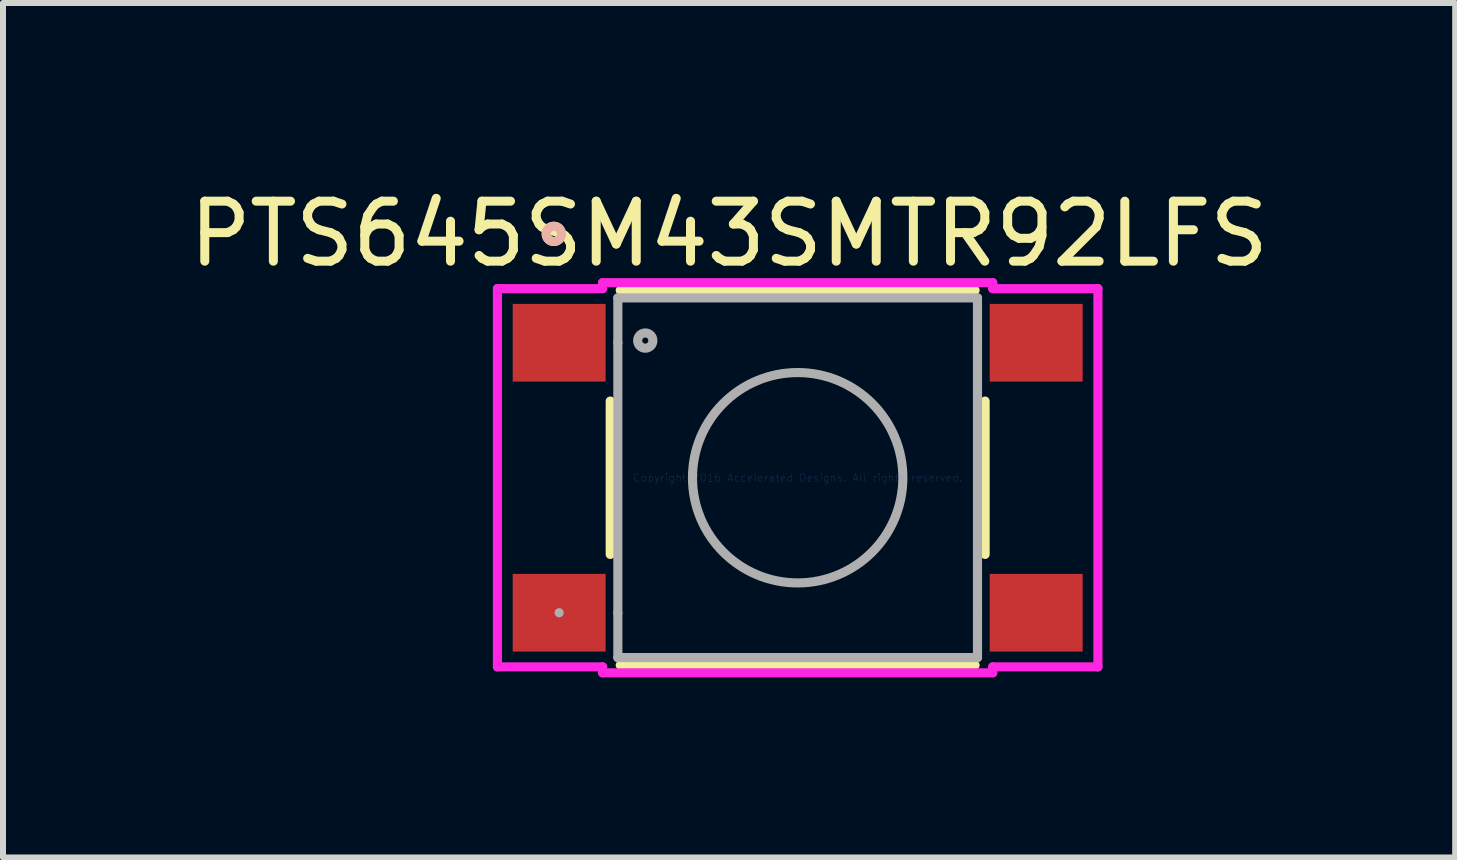
<source format=kicad_pcb>
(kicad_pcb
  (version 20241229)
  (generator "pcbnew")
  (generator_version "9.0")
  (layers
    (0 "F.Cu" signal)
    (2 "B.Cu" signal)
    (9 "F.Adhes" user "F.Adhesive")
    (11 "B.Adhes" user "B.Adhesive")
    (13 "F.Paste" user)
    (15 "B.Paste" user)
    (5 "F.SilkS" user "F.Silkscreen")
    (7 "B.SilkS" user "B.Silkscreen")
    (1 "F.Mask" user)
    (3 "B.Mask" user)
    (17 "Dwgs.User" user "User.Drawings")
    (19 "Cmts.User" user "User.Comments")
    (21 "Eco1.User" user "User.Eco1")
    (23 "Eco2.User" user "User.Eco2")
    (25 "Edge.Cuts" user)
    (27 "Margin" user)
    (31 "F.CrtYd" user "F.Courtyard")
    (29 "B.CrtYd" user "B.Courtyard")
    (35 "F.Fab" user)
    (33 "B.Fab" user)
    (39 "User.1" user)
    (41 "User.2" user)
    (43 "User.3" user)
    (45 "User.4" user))
  (footprint "PTS645SM43SMTR92LFS"
    (layer "F.Cu")
    (at 10.244 4.912)
    (property "Reference" "PTS645SM43SMTR92LFS" (at -1.143 -4.064 0) (layer "F.SilkS") (effects (font (size 1 1) (thickness 0.15))))
    (attr through_hole)
    (fp_line (start -3.124 -1.278) (end -3.124 1.278) (stroke (width 0.152) (type solid)) (layer "F.SilkS"))
    (fp_line (start -2.957 3.124) (end 2.957 3.124) (stroke (width 0.152) (type solid)) (layer "F.SilkS"))
    (fp_line (start 2.957 -3.124) (end -2.957 -3.124) (stroke (width 0.152) (type solid)) (layer "F.SilkS"))
    (fp_line (start 3.124 1.278) (end 3.124 -1.278) (stroke (width 0.152) (type solid)) (layer "F.SilkS"))
    (fp_circle (center -4.064 -4.064) (end -3.937 -4.064) (stroke (width 0.152) (type solid)) (fill no) (layer "F.SilkS"))
    (fp_circle (center -4.064 -4.064) (end -3.937 -4.064) (stroke (width 0.152) (type solid)) (fill no) (layer "B.SilkS"))
    (fp_line (start -5.004 -3.152) (end -3.251 -3.152) (stroke (width 0.152) (type solid)) (layer "F.CrtYd"))
    (fp_line (start -5.004 3.152) (end -5.004 -3.152) (stroke (width 0.152) (type solid)) (layer "F.CrtYd"))
    (fp_line (start -3.251 -3.251) (end 3.251 -3.251) (stroke (width 0.152) (type solid)) (layer "F.CrtYd"))
    (fp_line (start -3.251 -3.152) (end -3.251 -3.251) (stroke (width 0.152) (type solid)) (layer "F.CrtYd"))
    (fp_line (start -3.251 3.152) (end -5.004 3.152) (stroke (width 0.152) (type solid)) (layer "F.CrtYd"))
    (fp_line (start -3.251 3.251) (end -3.251 3.152) (stroke (width 0.152) (type solid)) (layer "F.CrtYd"))
    (fp_line (start 3.251 -3.251) (end 3.251 -3.152) (stroke (width 0.152) (type solid)) (layer "F.CrtYd"))
    (fp_line (start 3.251 -3.152) (end 5.004 -3.152) (stroke (width 0.152) (type solid)) (layer "F.CrtYd"))
    (fp_line (start 3.251 3.152) (end 3.251 3.251) (stroke (width 0.152) (type solid)) (layer "F.CrtYd"))
    (fp_line (start 3.251 3.251) (end -3.251 3.251) (stroke (width 0.152) (type solid)) (layer "F.CrtYd"))
    (fp_line (start 5.004 -3.152) (end 5.004 3.152) (stroke (width 0.152) (type solid)) (layer "F.CrtYd"))
    (fp_line (start 5.004 3.152) (end 3.251 3.152) (stroke (width 0.152) (type solid)) (layer "F.CrtYd"))
    (fp_line (start -3.975 2.25) (end -3.975 2.25) (stroke (width 0.152) (type solid)) (layer "F.Fab"))
    (fp_line (start -2.997 -2.997) (end -2.997 2.997) (stroke (width 0.152) (type solid)) (layer "F.Fab"))
    (fp_line (start -2.997 -2.25) (end -2.997 -2.25) (stroke (width 0.152) (type solid)) (layer "F.Fab"))
    (fp_line (start -2.997 2.25) (end -2.997 2.25) (stroke (width 0.152) (type solid)) (layer "F.Fab"))
    (fp_line (start -2.997 2.997) (end 2.997 2.997) (stroke (width 0.152) (type solid)) (layer "F.Fab"))
    (fp_line (start 2.997 -2.997) (end -2.997 -2.997) (stroke (width 0.152) (type solid)) (layer "F.Fab"))
    (fp_line (start 2.997 -2.25) (end 2.997 -2.25) (stroke (width 0.152) (type solid)) (layer "F.Fab"))
    (fp_line (start 2.997 2.25) (end 2.997 2.25) (stroke (width 0.152) (type solid)) (layer "F.Fab"))
    (fp_line (start 2.997 2.997) (end 2.997 -2.997) (stroke (width 0.152) (type solid)) (layer "F.Fab"))
    (fp_circle (center -2.54 -2.286) (end -2.413 -2.286) (stroke (width 0.152) (type solid)) (fill no) (layer "F.Fab"))
    (fp_circle (center 0 0) (end 1.753 0) (stroke (width 0.152) (type solid)) (fill no) (layer "F.Fab"))
    (fp_text user "Copyright 2016 Accelerated Designs. All rights reserved." (at 0 0 0) (layer "Cmts.User") (effects (font (size 0.127 0.127) (thickness 0.002))))
    (pad "1" smd rect (at -3.975 -2.25) (size 1.549 1.295) (layers "F.Cu" "F.Mask" "F.Paste"))
    (pad "2" smd rect (at 3.975 -2.25) (size 1.549 1.295) (layers "F.Cu" "F.Mask" "F.Paste"))
    (pad "3" smd rect (at -3.975 2.25) (size 1.549 1.295) (layers "F.Cu" "F.Mask" "F.Paste"))
    (pad "4" smd rect (at 3.975 2.25) (size 1.549 1.295) (layers "F.Cu" "F.Mask" "F.Paste")))
  (gr_rect
    (start -3 -3)
    (end 21.202 11.24)
    (stroke (width 0.1) (type default))
    (fill no)
    (layer "Edge.Cuts")))
</source>
